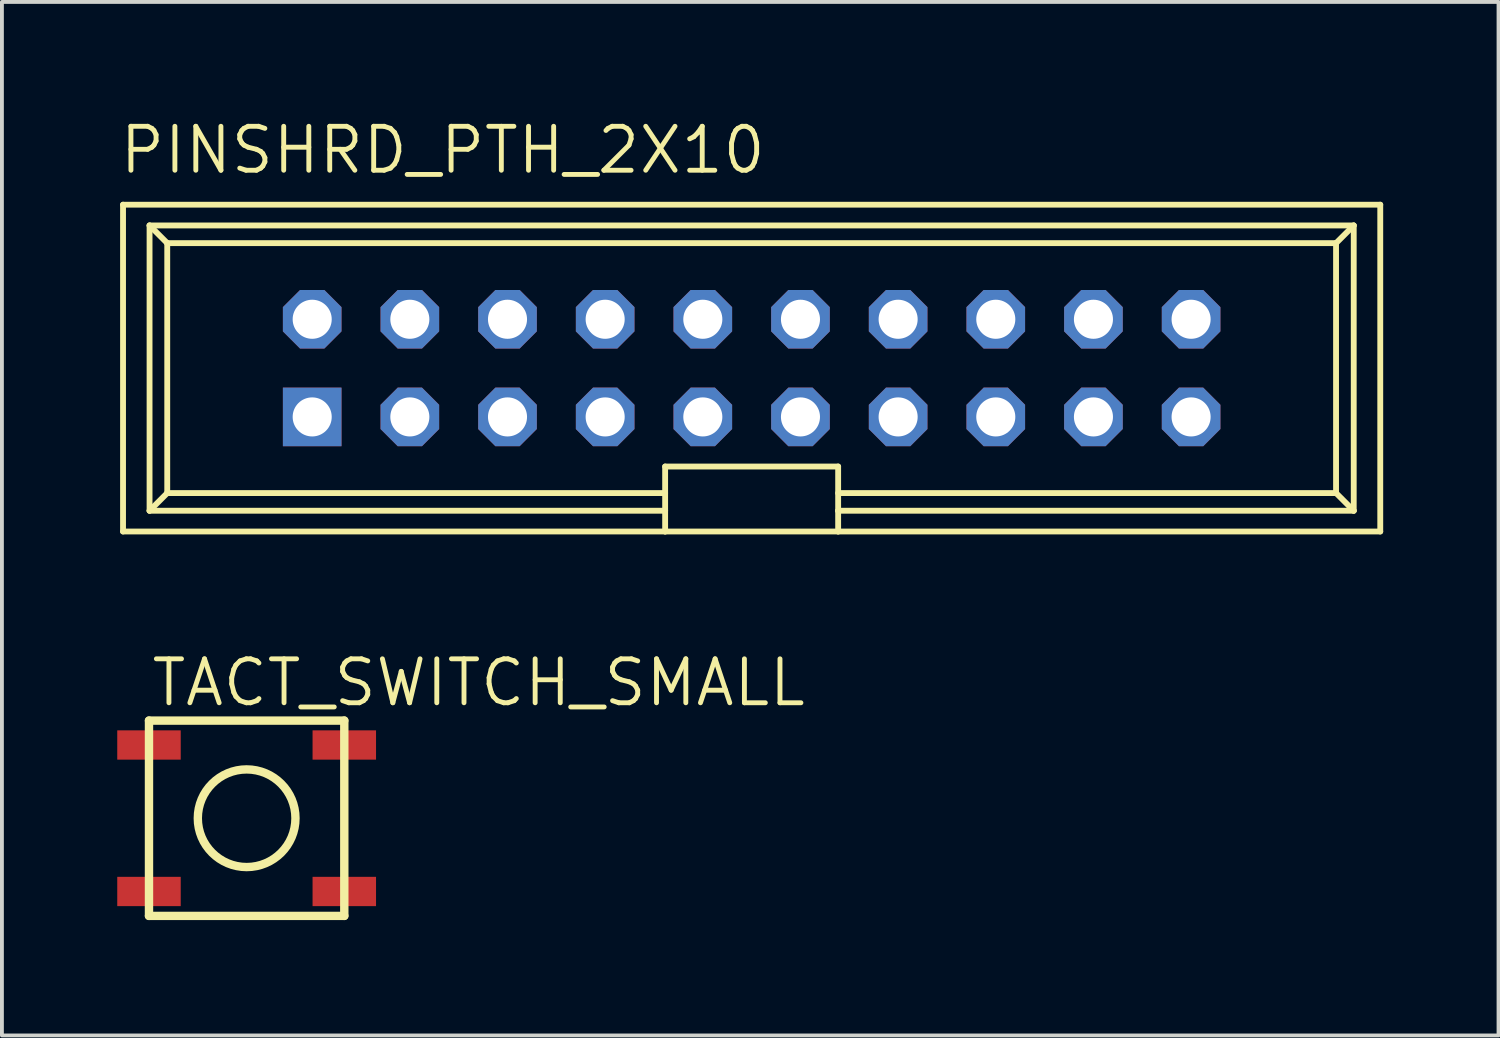
<source format=kicad_pcb>
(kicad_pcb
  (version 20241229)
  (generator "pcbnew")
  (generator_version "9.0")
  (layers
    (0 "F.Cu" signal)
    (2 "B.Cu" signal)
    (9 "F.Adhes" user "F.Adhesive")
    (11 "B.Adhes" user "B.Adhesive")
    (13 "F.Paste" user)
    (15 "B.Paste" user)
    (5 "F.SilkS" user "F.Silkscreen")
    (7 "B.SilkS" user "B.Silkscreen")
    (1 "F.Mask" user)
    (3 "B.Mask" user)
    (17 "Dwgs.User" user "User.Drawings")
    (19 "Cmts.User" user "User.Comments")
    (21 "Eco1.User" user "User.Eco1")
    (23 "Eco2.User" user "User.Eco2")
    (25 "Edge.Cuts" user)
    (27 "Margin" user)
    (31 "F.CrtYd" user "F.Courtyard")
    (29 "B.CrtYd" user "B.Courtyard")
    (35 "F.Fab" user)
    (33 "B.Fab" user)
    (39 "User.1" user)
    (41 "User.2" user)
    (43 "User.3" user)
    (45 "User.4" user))
  (footprint "PINSHRD_PTH_2X10"
    (layer "F.Cu")
    (at 16.5 6.524)
    (property "Reference" "PINSHRD_PTH_2X10" (at -16.5 -5 0) (layer "F.SilkS") (effects (font (size 1.143 1.143) (thickness 0.127)) (justify left bottom)))
    (fp_line (start -16.35 -4.25) (end 16.35 -4.25) (stroke (width 0.152) (type solid)) (layer "F.SilkS"))
    (fp_line (start -16.35 4.25) (end -16.35 -4.25) (stroke (width 0.152) (type solid)) (layer "F.SilkS"))
    (fp_line (start -15.66 -3.71) (end -15.2 -3.25) (stroke (width 0.152) (type solid)) (layer "F.SilkS"))
    (fp_line (start -15.66 -3.71) (end 15.66 -3.71) (stroke (width 0.152) (type solid)) (layer "F.SilkS"))
    (fp_line (start -15.66 3.71) (end -15.66 -3.71) (stroke (width 0.152) (type solid)) (layer "F.SilkS"))
    (fp_line (start -15.66 3.71) (end -2.25 3.71) (stroke (width 0.152) (type solid)) (layer "F.SilkS"))
    (fp_line (start -15.2 -3.25) (end -15.2 3.25) (stroke (width 0.152) (type solid)) (layer "F.SilkS"))
    (fp_line (start -15.2 -3.25) (end 15.2 -3.25) (stroke (width 0.152) (type solid)) (layer "F.SilkS"))
    (fp_line (start -15.2 3.25) (end -15.66 3.71) (stroke (width 0.152) (type solid)) (layer "F.SilkS"))
    (fp_line (start -15.2 3.25) (end -2.25 3.25) (stroke (width 0.152) (type solid)) (layer "F.SilkS"))
    (fp_line (start -2.25 2.56) (end 2.25 2.56) (stroke (width 0.152) (type solid)) (layer "F.SilkS"))
    (fp_line (start -2.25 3.71) (end -2.25 2.56) (stroke (width 0.152) (type solid)) (layer "F.SilkS"))
    (fp_line (start -2.25 4.25) (end -16.35 4.25) (stroke (width 0.152) (type solid)) (layer "F.SilkS"))
    (fp_line (start -2.25 4.25) (end -2.25 3.71) (stroke (width 0.152) (type solid)) (layer "F.SilkS"))
    (fp_line (start 2.25 2.56) (end 2.25 3.71) (stroke (width 0.152) (type solid)) (layer "F.SilkS"))
    (fp_line (start 2.25 3.71) (end 2.25 4.25) (stroke (width 0.152) (type solid)) (layer "F.SilkS"))
    (fp_line (start 2.25 4.25) (end -2.25 4.25) (stroke (width 0.152) (type solid)) (layer "F.SilkS"))
    (fp_line (start 15.2 -3.25) (end 15.2 3.25) (stroke (width 0.152) (type solid)) (layer "F.SilkS"))
    (fp_line (start 15.2 3.25) (end 2.25 3.25) (stroke (width 0.152) (type solid)) (layer "F.SilkS"))
    (fp_line (start 15.2 3.25) (end 15.66 3.71) (stroke (width 0.152) (type solid)) (layer "F.SilkS"))
    (fp_line (start 15.66 -3.71) (end 15.2 -3.25) (stroke (width 0.152) (type solid)) (layer "F.SilkS"))
    (fp_line (start 15.66 -3.71) (end 15.66 3.71) (stroke (width 0.152) (type solid)) (layer "F.SilkS"))
    (fp_line (start 15.66 3.71) (end 2.25 3.71) (stroke (width 0.152) (type solid)) (layer "F.SilkS"))
    (fp_line (start 16.35 -4.25) (end 16.35 4.25) (stroke (width 0.152) (type solid)) (layer "F.SilkS"))
    (fp_line (start 16.35 4.25) (end 2.25 4.25) (stroke (width 0.152) (type solid)) (layer "F.SilkS"))
    (fp_poly (pts (xy -11.684 -1.016) (xy -11.176 -1.016) (xy -11.176 -1.524) (xy -11.684 -1.524)) (stroke (width 0.1) (type default)) (fill no) (layer "F.Fab"))
    (fp_poly (pts (xy -11.684 1.524) (xy -11.176 1.524) (xy -11.176 1.016) (xy -11.684 1.016)) (stroke (width 0.1) (type default)) (fill no) (layer "F.Fab"))
    (fp_poly (pts (xy -9.144 -1.016) (xy -8.636 -1.016) (xy -8.636 -1.524) (xy -9.144 -1.524)) (stroke (width 0.1) (type default)) (fill no) (layer "F.Fab"))
    (fp_poly (pts (xy -9.144 1.524) (xy -8.636 1.524) (xy -8.636 1.016) (xy -9.144 1.016)) (stroke (width 0.1) (type default)) (fill no) (layer "F.Fab"))
    (fp_poly (pts (xy -6.604 -1.016) (xy -6.096 -1.016) (xy -6.096 -1.524) (xy -6.604 -1.524)) (stroke (width 0.1) (type default)) (fill no) (layer "F.Fab"))
    (fp_poly (pts (xy -6.604 1.524) (xy -6.096 1.524) (xy -6.096 1.016) (xy -6.604 1.016)) (stroke (width 0.1) (type default)) (fill no) (layer "F.Fab"))
    (fp_poly (pts (xy -4.064 -1.016) (xy -3.556 -1.016) (xy -3.556 -1.524) (xy -4.064 -1.524)) (stroke (width 0.1) (type default)) (fill no) (layer "F.Fab"))
    (fp_poly (pts (xy -4.064 1.524) (xy -3.556 1.524) (xy -3.556 1.016) (xy -4.064 1.016)) (stroke (width 0.1) (type default)) (fill no) (layer "F.Fab"))
    (fp_poly (pts (xy -1.524 -1.016) (xy -1.016 -1.016) (xy -1.016 -1.524) (xy -1.524 -1.524)) (stroke (width 0.1) (type default)) (fill no) (layer "F.Fab"))
    (fp_poly (pts (xy -1.524 1.524) (xy -1.016 1.524) (xy -1.016 1.016) (xy -1.524 1.016)) (stroke (width 0.1) (type default)) (fill no) (layer "F.Fab"))
    (fp_poly (pts (xy 1.016 -1.016) (xy 1.524 -1.016) (xy 1.524 -1.524) (xy 1.016 -1.524)) (stroke (width 0.1) (type default)) (fill no) (layer "F.Fab"))
    (fp_poly (pts (xy 1.016 1.524) (xy 1.524 1.524) (xy 1.524 1.016) (xy 1.016 1.016)) (stroke (width 0.1) (type default)) (fill no) (layer "F.Fab"))
    (fp_poly (pts (xy 3.556 -1.016) (xy 4.064 -1.016) (xy 4.064 -1.524) (xy 3.556 -1.524)) (stroke (width 0.1) (type default)) (fill no) (layer "F.Fab"))
    (fp_poly (pts (xy 3.556 1.524) (xy 4.064 1.524) (xy 4.064 1.016) (xy 3.556 1.016)) (stroke (width 0.1) (type default)) (fill no) (layer "F.Fab"))
    (fp_poly (pts (xy 6.096 -1.016) (xy 6.604 -1.016) (xy 6.604 -1.524) (xy 6.096 -1.524)) (stroke (width 0.1) (type default)) (fill no) (layer "F.Fab"))
    (fp_poly (pts (xy 6.096 1.524) (xy 6.604 1.524) (xy 6.604 1.016) (xy 6.096 1.016)) (stroke (width 0.1) (type default)) (fill no) (layer "F.Fab"))
    (fp_poly (pts (xy 8.636 -1.016) (xy 9.144 -1.016) (xy 9.144 -1.524) (xy 8.636 -1.524)) (stroke (width 0.1) (type default)) (fill no) (layer "F.Fab"))
    (fp_poly (pts (xy 8.636 1.524) (xy 9.144 1.524) (xy 9.144 1.016) (xy 8.636 1.016)) (stroke (width 0.1) (type default)) (fill no) (layer "F.Fab"))
    (fp_poly (pts (xy 11.176 -1.016) (xy 11.684 -1.016) (xy 11.684 -1.524) (xy 11.176 -1.524)) (stroke (width 0.1) (type default)) (fill no) (layer "F.Fab"))
    (fp_poly (pts (xy 11.176 1.524) (xy 11.684 1.524) (xy 11.684 1.016) (xy 11.176 1.016)) (stroke (width 0.1) (type default)) (fill no) (layer "F.Fab"))
    (pad "1" thru_hole rect (at -11.43 1.27) (size 1.524 1.524) (drill 1.016) (layers "*.Cu" "*.Mask"))
    (pad "2" thru_hole roundrect (at -11.43 -1.27) (size 1.524 1.524) (drill 1.016) (layers "*.Cu" "*.Mask") (roundrect_rratio 0.25) (chamfer_ratio 0.293) (chamfer top_left top_right bottom_left bottom_right))
    (pad "3" thru_hole roundrect (at -8.89 1.27) (size 1.524 1.524) (drill 1.016) (layers "*.Cu" "*.Mask") (roundrect_rratio 0.25) (chamfer_ratio 0.293) (chamfer top_left top_right bottom_left bottom_right))
    (pad "4" thru_hole roundrect (at -8.89 -1.27) (size 1.524 1.524) (drill 1.016) (layers "*.Cu" "*.Mask") (roundrect_rratio 0.25) (chamfer_ratio 0.293) (chamfer top_left top_right bottom_left bottom_right))
    (pad "5" thru_hole roundrect (at -6.35 1.27) (size 1.524 1.524) (drill 1.016) (layers "*.Cu" "*.Mask") (roundrect_rratio 0.25) (chamfer_ratio 0.293) (chamfer top_left top_right bottom_left bottom_right))
    (pad "6" thru_hole roundrect (at -6.35 -1.27) (size 1.524 1.524) (drill 1.016) (layers "*.Cu" "*.Mask") (roundrect_rratio 0.25) (chamfer_ratio 0.293) (chamfer top_left top_right bottom_left bottom_right))
    (pad "7" thru_hole roundrect (at -3.81 1.27) (size 1.524 1.524) (drill 1.016) (layers "*.Cu" "*.Mask") (roundrect_rratio 0.25) (chamfer_ratio 0.293) (chamfer top_left top_right bottom_left bottom_right))
    (pad "8" thru_hole roundrect (at -3.81 -1.27) (size 1.524 1.524) (drill 1.016) (layers "*.Cu" "*.Mask") (roundrect_rratio 0.25) (chamfer_ratio 0.293) (chamfer top_left top_right bottom_left bottom_right))
    (pad "9" thru_hole roundrect (at -1.27 1.27) (size 1.524 1.524) (drill 1.016) (layers "*.Cu" "*.Mask") (roundrect_rratio 0.25) (chamfer_ratio 0.293) (chamfer top_left top_right bottom_left bottom_right))
    (pad "10" thru_hole roundrect (at -1.27 -1.27) (size 1.524 1.524) (drill 1.016) (layers "*.Cu" "*.Mask") (roundrect_rratio 0.25) (chamfer_ratio 0.293) (chamfer top_left top_right bottom_left bottom_right))
    (pad "11" thru_hole roundrect (at 1.27 1.27) (size 1.524 1.524) (drill 1.016) (layers "*.Cu" "*.Mask") (roundrect_rratio 0.25) (chamfer_ratio 0.293) (chamfer top_left top_right bottom_left bottom_right))
    (pad "12" thru_hole roundrect (at 1.27 -1.27) (size 1.524 1.524) (drill 1.016) (layers "*.Cu" "*.Mask") (roundrect_rratio 0.25) (chamfer_ratio 0.293) (chamfer top_left top_right bottom_left bottom_right))
    (pad "13" thru_hole roundrect (at 3.81 1.27) (size 1.524 1.524) (drill 1.016) (layers "*.Cu" "*.Mask") (roundrect_rratio 0.25) (chamfer_ratio 0.293) (chamfer top_left top_right bottom_left bottom_right))
    (pad "14" thru_hole roundrect (at 3.81 -1.27) (size 1.524 1.524) (drill 1.016) (layers "*.Cu" "*.Mask") (roundrect_rratio 0.25) (chamfer_ratio 0.293) (chamfer top_left top_right bottom_left bottom_right))
    (pad "15" thru_hole roundrect (at 6.35 1.27) (size 1.524 1.524) (drill 1.016) (layers "*.Cu" "*.Mask") (roundrect_rratio 0.25) (chamfer_ratio 0.293) (chamfer top_left top_right bottom_left bottom_right))
    (pad "16" thru_hole roundrect (at 6.35 -1.27) (size 1.524 1.524) (drill 1.016) (layers "*.Cu" "*.Mask") (roundrect_rratio 0.25) (chamfer_ratio 0.293) (chamfer top_left top_right bottom_left bottom_right))
    (pad "17" thru_hole roundrect (at 8.89 1.27) (size 1.524 1.524) (drill 1.016) (layers "*.Cu" "*.Mask") (roundrect_rratio 0.25) (chamfer_ratio 0.293) (chamfer top_left top_right bottom_left bottom_right))
    (pad "18" thru_hole roundrect (at 8.89 -1.27) (size 1.524 1.524) (drill 1.016) (layers "*.Cu" "*.Mask") (roundrect_rratio 0.25) (chamfer_ratio 0.293) (chamfer top_left top_right bottom_left bottom_right))
    (pad "19" thru_hole roundrect (at 11.43 1.27) (size 1.524 1.524) (drill 1.016) (layers "*.Cu" "*.Mask") (roundrect_rratio 0.25) (chamfer_ratio 0.293) (chamfer top_left top_right bottom_left bottom_right))
    (pad "20" thru_hole roundrect (at 11.43 -1.27) (size 1.524 1.524) (drill 1.016) (layers "*.Cu" "*.Mask") (roundrect_rratio 0.25) (chamfer_ratio 0.293) (chamfer top_left top_right bottom_left bottom_right)))
  (footprint "TACT_SWITCH_SMALL"
    (layer "F.Cu")
    (at 3.365 18.232)
    (property "Reference" "TACT_SWITCH_SMALL" (at -2.54 -2.857 0) (layer "F.SilkS") (effects (font (size 1.143 1.143) (thickness 0.127)) (justify left bottom)))
    (fp_line (start -2.54 -2.54) (end 2.54 -2.54) (stroke (width 0.218) (type solid)) (layer "F.SilkS"))
    (fp_line (start -2.54 2.54) (end -2.54 -2.54) (stroke (width 0.218) (type solid)) (layer "F.SilkS"))
    (fp_line (start 2.54 -2.54) (end 2.54 2.54) (stroke (width 0.218) (type solid)) (layer "F.SilkS"))
    (fp_line (start 2.54 2.54) (end -2.54 2.54) (stroke (width 0.218) (type solid)) (layer "F.SilkS"))
    (fp_circle (center 0 0) (end 1.27 0) (stroke (width 0.218) (type solid)) (fill no) (layer "F.SilkS"))
    (pad "1" smd rect (at -2.54 -1.905 90) (size 0.762 1.651) (layers "F.Cu" "F.Mask" "F.Paste"))
    (pad "2" smd rect (at 2.54 -1.905 90) (size 0.762 1.651) (layers "F.Cu" "F.Mask" "F.Paste"))
    (pad "3" smd rect (at -2.54 1.905 90) (size 0.762 1.651) (layers "F.Cu" "F.Mask" "F.Paste"))
    (pad "4" smd rect (at 2.54 1.905 90) (size 0.762 1.651) (layers "F.Cu" "F.Mask" "F.Paste")))
  (gr_rect
    (start -3 -3)
    (end 35.926 23.881)
    (stroke (width 0.1) (type default))
    (fill no)
    (layer "Edge.Cuts")))
</source>
